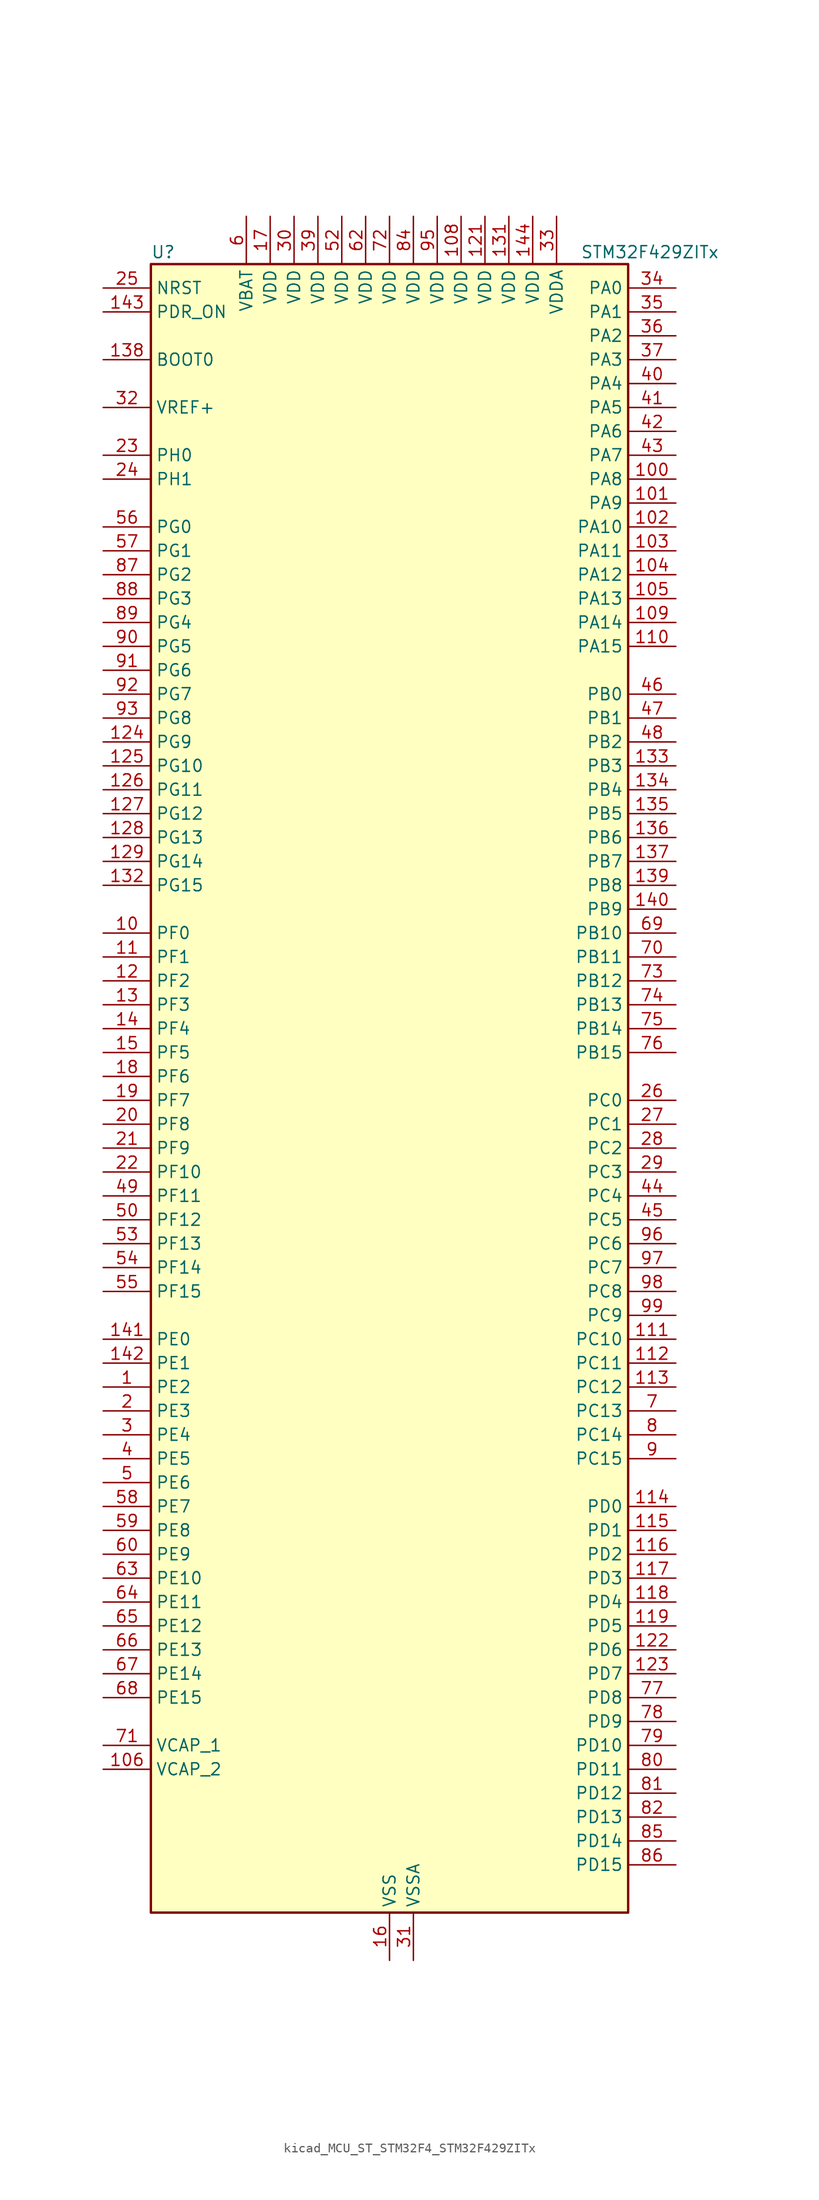
<source format=kicad_sym>
(kicad_symbol_lib
  (version 20220914)
  (generator kicad_symbol_editor)
  (symbol "kicad_MCU_ST_STM32F4_STM32F429ZITx"
    (property "Reference" "U"
      (at -25.4 90.17 0)
      (effects (font (size 1.27 1.27)) (justify left)))
    (property "Value" "STM32F429ZITx"
      (at 20.32 90.17 0)
      (effects (font (size 1.27 1.27)) (justify left)))
    (property "ki_locked" ""
      (at 0 0 0)
      (effects (font (size 1.27 1.27))))
    (symbol "kicad_MCU_ST_STM32F4_STM32F429ZITx_0_1"
      (rectangle (start -25.4 -86.36) (end 25.4 88.9) (stroke (width 0.254) (type default)) (fill (type background))))
    (symbol "kicad_MCU_ST_STM32F4_STM32F429ZITx_1_1"
      (pin bidirectional line (at -30.48 -30.48 0) (length 5.08) (name "PE2" (effects (font (size 1.27 1.27)))) (number "1" (effects (font (size 1.27 1.27)))) (alternate "ETH_TXD3" bidirectional line) (alternate "FMC_A23" bidirectional line) (alternate "SAI1_MCLK_A" bidirectional line) (alternate "SPI4_SCK" bidirectional line) (alternate "SYS_TRACECLK" bidirectional line))
      (pin bidirectional line (at -30.48 17.78 0) (length 5.08) (name "PF0" (effects (font (size 1.27 1.27)))) (number "10" (effects (font (size 1.27 1.27)))) (alternate "FMC_A0" bidirectional line) (alternate "I2C2_SDA" bidirectional line))
      (pin bidirectional line (at 30.48 66.04 180) (length 5.08) (name "PA8" (effects (font (size 1.27 1.27)))) (number "100" (effects (font (size 1.27 1.27)))) (alternate "I2C3_SCL" bidirectional line) (alternate "LTDC_R6" bidirectional line) (alternate "RCC_MCO_1" bidirectional line) (alternate "TIM1_CH1" bidirectional line) (alternate "USART1_CK" bidirectional line) (alternate "USB_OTG_FS_SOF" bidirectional line))
      (pin bidirectional line (at 30.48 63.5 180) (length 5.08) (name "PA9" (effects (font (size 1.27 1.27)))) (number "101" (effects (font (size 1.27 1.27)))) (alternate "DAC_EXTI9" bidirectional line) (alternate "DCMI_D0" bidirectional line) (alternate "I2C3_SMBA" bidirectional line) (alternate "TIM1_CH2" bidirectional line) (alternate "USART1_TX" bidirectional line) (alternate "USB_OTG_FS_VBUS" bidirectional line))
      (pin bidirectional line (at 30.48 60.96 180) (length 5.08) (name "PA10" (effects (font (size 1.27 1.27)))) (number "102" (effects (font (size 1.27 1.27)))) (alternate "DCMI_D1" bidirectional line) (alternate "TIM1_CH3" bidirectional line) (alternate "USART1_RX" bidirectional line) (alternate "USB_OTG_FS_ID" bidirectional line))
      (pin bidirectional line (at 30.48 58.42 180) (length 5.08) (name "PA11" (effects (font (size 1.27 1.27)))) (number "103" (effects (font (size 1.27 1.27)))) (alternate "ADC1_EXTI11" bidirectional line) (alternate "ADC2_EXTI11" bidirectional line) (alternate "ADC3_EXTI11" bidirectional line) (alternate "CAN1_RX" bidirectional line) (alternate "LTDC_R4" bidirectional line) (alternate "TIM1_CH4" bidirectional line) (alternate "USART1_CTS" bidirectional line) (alternate "USB_OTG_FS_DM" bidirectional line))
      (pin bidirectional line (at 30.48 55.88 180) (length 5.08) (name "PA12" (effects (font (size 1.27 1.27)))) (number "104" (effects (font (size 1.27 1.27)))) (alternate "CAN1_TX" bidirectional line) (alternate "LTDC_R5" bidirectional line) (alternate "TIM1_ETR" bidirectional line) (alternate "USART1_RTS" bidirectional line) (alternate "USB_OTG_FS_DP" bidirectional line))
      (pin bidirectional line (at 30.48 53.34 180) (length 5.08) (name "PA13" (effects (font (size 1.27 1.27)))) (number "105" (effects (font (size 1.27 1.27)))) (alternate "SYS_JTMS-SWDIO" bidirectional line))
      (pin power_out line (at -30.48 -71.12 0) (length 5.08) (name "VCAP_2" (effects (font (size 1.27 1.27)))) (number "106" (effects (font (size 1.27 1.27)))))
      (pin passive line (at 0 -91.44 90) (length 5.08) hide (name "VSS" (effects (font (size 1.27 1.27)))) (number "107" (effects (font (size 1.27 1.27)))))
      (pin power_in line (at 7.62 93.98 270) (length 5.08) (name "VDD" (effects (font (size 1.27 1.27)))) (number "108" (effects (font (size 1.27 1.27)))))
      (pin bidirectional line (at 30.48 50.8 180) (length 5.08) (name "PA14" (effects (font (size 1.27 1.27)))) (number "109" (effects (font (size 1.27 1.27)))) (alternate "SYS_JTCK-SWCLK" bidirectional line))
      (pin bidirectional line (at -30.48 15.24 0) (length 5.08) (name "PF1" (effects (font (size 1.27 1.27)))) (number "11" (effects (font (size 1.27 1.27)))) (alternate "FMC_A1" bidirectional line) (alternate "I2C2_SCL" bidirectional line))
      (pin bidirectional line (at 30.48 48.26 180) (length 5.08) (name "PA15" (effects (font (size 1.27 1.27)))) (number "110" (effects (font (size 1.27 1.27)))) (alternate "ADC1_EXTI15" bidirectional line) (alternate "ADC2_EXTI15" bidirectional line) (alternate "ADC3_EXTI15" bidirectional line) (alternate "I2S3_WS" bidirectional line) (alternate "SPI1_NSS" bidirectional line) (alternate "SPI3_NSS" bidirectional line) (alternate "SYS_JTDI" bidirectional line) (alternate "TIM2_CH1" bidirectional line) (alternate "TIM2_ETR" bidirectional line))
      (pin bidirectional line (at 30.48 -25.4 180) (length 5.08) (name "PC10" (effects (font (size 1.27 1.27)))) (number "111" (effects (font (size 1.27 1.27)))) (alternate "DCMI_D8" bidirectional line) (alternate "I2S3_CK" bidirectional line) (alternate "LTDC_R2" bidirectional line) (alternate "SDIO_D2" bidirectional line) (alternate "SPI3_SCK" bidirectional line) (alternate "UART4_TX" bidirectional line) (alternate "USART3_TX" bidirectional line))
      (pin bidirectional line (at 30.48 -27.94 180) (length 5.08) (name "PC11" (effects (font (size 1.27 1.27)))) (number "112" (effects (font (size 1.27 1.27)))) (alternate "ADC1_EXTI11" bidirectional line) (alternate "ADC2_EXTI11" bidirectional line) (alternate "ADC3_EXTI11" bidirectional line) (alternate "DCMI_D4" bidirectional line) (alternate "I2S3_ext_SD" bidirectional line) (alternate "SDIO_D3" bidirectional line) (alternate "SPI3_MISO" bidirectional line) (alternate "UART4_RX" bidirectional line) (alternate "USART3_RX" bidirectional line))
      (pin bidirectional line (at 30.48 -30.48 180) (length 5.08) (name "PC12" (effects (font (size 1.27 1.27)))) (number "113" (effects (font (size 1.27 1.27)))) (alternate "DCMI_D9" bidirectional line) (alternate "I2S3_SD" bidirectional line) (alternate "SDIO_CK" bidirectional line) (alternate "SPI3_MOSI" bidirectional line) (alternate "UART5_TX" bidirectional line) (alternate "USART3_CK" bidirectional line))
      (pin bidirectional line (at 30.48 -43.18 180) (length 5.08) (name "PD0" (effects (font (size 1.27 1.27)))) (number "114" (effects (font (size 1.27 1.27)))) (alternate "CAN1_RX" bidirectional line) (alternate "FMC_D2" bidirectional line) (alternate "FMC_DA2" bidirectional line))
      (pin bidirectional line (at 30.48 -45.72 180) (length 5.08) (name "PD1" (effects (font (size 1.27 1.27)))) (number "115" (effects (font (size 1.27 1.27)))) (alternate "CAN1_TX" bidirectional line) (alternate "FMC_D3" bidirectional line) (alternate "FMC_DA3" bidirectional line))
      (pin bidirectional line (at 30.48 -48.26 180) (length 5.08) (name "PD2" (effects (font (size 1.27 1.27)))) (number "116" (effects (font (size 1.27 1.27)))) (alternate "DCMI_D11" bidirectional line) (alternate "SDIO_CMD" bidirectional line) (alternate "TIM3_ETR" bidirectional line) (alternate "UART5_RX" bidirectional line))
      (pin bidirectional line (at 30.48 -50.8 180) (length 5.08) (name "PD3" (effects (font (size 1.27 1.27)))) (number "117" (effects (font (size 1.27 1.27)))) (alternate "DCMI_D5" bidirectional line) (alternate "FMC_CLK" bidirectional line) (alternate "I2S2_CK" bidirectional line) (alternate "LTDC_G7" bidirectional line) (alternate "SPI2_SCK" bidirectional line) (alternate "USART2_CTS" bidirectional line))
      (pin bidirectional line (at 30.48 -53.34 180) (length 5.08) (name "PD4" (effects (font (size 1.27 1.27)))) (number "118" (effects (font (size 1.27 1.27)))) (alternate "FMC_NOE" bidirectional line) (alternate "USART2_RTS" bidirectional line))
      (pin bidirectional line (at 30.48 -55.88 180) (length 5.08) (name "PD5" (effects (font (size 1.27 1.27)))) (number "119" (effects (font (size 1.27 1.27)))) (alternate "FMC_NWE" bidirectional line) (alternate "USART2_TX" bidirectional line))
      (pin bidirectional line (at -30.48 12.7 0) (length 5.08) (name "PF2" (effects (font (size 1.27 1.27)))) (number "12" (effects (font (size 1.27 1.27)))) (alternate "FMC_A2" bidirectional line) (alternate "I2C2_SMBA" bidirectional line))
      (pin passive line (at 0 -91.44 90) (length 5.08) hide (name "VSS" (effects (font (size 1.27 1.27)))) (number "120" (effects (font (size 1.27 1.27)))))
      (pin power_in line (at 10.16 93.98 270) (length 5.08) (name "VDD" (effects (font (size 1.27 1.27)))) (number "121" (effects (font (size 1.27 1.27)))))
      (pin bidirectional line (at 30.48 -58.42 180) (length 5.08) (name "PD6" (effects (font (size 1.27 1.27)))) (number "122" (effects (font (size 1.27 1.27)))) (alternate "DCMI_D10" bidirectional line) (alternate "FMC_NWAIT" bidirectional line) (alternate "I2S3_SD" bidirectional line) (alternate "LTDC_B2" bidirectional line) (alternate "SAI1_SD_A" bidirectional line) (alternate "SPI3_MOSI" bidirectional line) (alternate "USART2_RX" bidirectional line))
      (pin bidirectional line (at 30.48 -60.96 180) (length 5.08) (name "PD7" (effects (font (size 1.27 1.27)))) (number "123" (effects (font (size 1.27 1.27)))) (alternate "FMC_NCE2" bidirectional line) (alternate "FMC_NE1" bidirectional line) (alternate "USART2_CK" bidirectional line))
      (pin bidirectional line (at -30.48 38.1 0) (length 5.08) (name "PG9" (effects (font (size 1.27 1.27)))) (number "124" (effects (font (size 1.27 1.27)))) (alternate "DAC_EXTI9" bidirectional line) (alternate "DCMI_VSYNC" bidirectional line) (alternate "FMC_NCE3" bidirectional line) (alternate "FMC_NE2" bidirectional line) (alternate "USART6_RX" bidirectional line))
      (pin bidirectional line (at -30.48 35.56 0) (length 5.08) (name "PG10" (effects (font (size 1.27 1.27)))) (number "125" (effects (font (size 1.27 1.27)))) (alternate "DCMI_D2" bidirectional line) (alternate "FMC_NCE4_1" bidirectional line) (alternate "FMC_NE3" bidirectional line) (alternate "LTDC_B2" bidirectional line) (alternate "LTDC_G3" bidirectional line))
      (pin bidirectional line (at -30.48 33.02 0) (length 5.08) (name "PG11" (effects (font (size 1.27 1.27)))) (number "126" (effects (font (size 1.27 1.27)))) (alternate "ADC1_EXTI11" bidirectional line) (alternate "ADC2_EXTI11" bidirectional line) (alternate "ADC3_EXTI11" bidirectional line) (alternate "DCMI_D3" bidirectional line) (alternate "ETH_TX_EN" bidirectional line) (alternate "FMC_NCE4_2" bidirectional line) (alternate "LTDC_B3" bidirectional line))
      (pin bidirectional line (at -30.48 30.48 0) (length 5.08) (name "PG12" (effects (font (size 1.27 1.27)))) (number "127" (effects (font (size 1.27 1.27)))) (alternate "FMC_NE4" bidirectional line) (alternate "LTDC_B1" bidirectional line) (alternate "LTDC_B4" bidirectional line) (alternate "SPI6_MISO" bidirectional line) (alternate "USART6_RTS" bidirectional line))
      (pin bidirectional line (at -30.48 27.94 0) (length 5.08) (name "PG13" (effects (font (size 1.27 1.27)))) (number "128" (effects (font (size 1.27 1.27)))) (alternate "ETH_TXD0" bidirectional line) (alternate "FMC_A24" bidirectional line) (alternate "SPI6_SCK" bidirectional line) (alternate "USART6_CTS" bidirectional line))
      (pin bidirectional line (at -30.48 25.4 0) (length 5.08) (name "PG14" (effects (font (size 1.27 1.27)))) (number "129" (effects (font (size 1.27 1.27)))) (alternate "ETH_TXD1" bidirectional line) (alternate "FMC_A25" bidirectional line) (alternate "SPI6_MOSI" bidirectional line) (alternate "USART6_TX" bidirectional line))
      (pin bidirectional line (at -30.48 10.16 0) (length 5.08) (name "PF3" (effects (font (size 1.27 1.27)))) (number "13" (effects (font (size 1.27 1.27)))) (alternate "ADC3_IN9" bidirectional line) (alternate "FMC_A3" bidirectional line))
      (pin passive line (at 0 -91.44 90) (length 5.08) hide (name "VSS" (effects (font (size 1.27 1.27)))) (number "130" (effects (font (size 1.27 1.27)))))
      (pin power_in line (at 12.7 93.98 270) (length 5.08) (name "VDD" (effects (font (size 1.27 1.27)))) (number "131" (effects (font (size 1.27 1.27)))))
      (pin bidirectional line (at -30.48 22.86 0) (length 5.08) (name "PG15" (effects (font (size 1.27 1.27)))) (number "132" (effects (font (size 1.27 1.27)))) (alternate "ADC1_EXTI15" bidirectional line) (alternate "ADC2_EXTI15" bidirectional line) (alternate "ADC3_EXTI15" bidirectional line) (alternate "DCMI_D13" bidirectional line) (alternate "FMC_SDNCAS" bidirectional line) (alternate "USART6_CTS" bidirectional line))
      (pin bidirectional line (at 30.48 35.56 180) (length 5.08) (name "PB3" (effects (font (size 1.27 1.27)))) (number "133" (effects (font (size 1.27 1.27)))) (alternate "I2S3_CK" bidirectional line) (alternate "SPI1_SCK" bidirectional line) (alternate "SPI3_SCK" bidirectional line) (alternate "SYS_JTDO-SWO" bidirectional line) (alternate "TIM2_CH2" bidirectional line))
      (pin bidirectional line (at 30.48 33.02 180) (length 5.08) (name "PB4" (effects (font (size 1.27 1.27)))) (number "134" (effects (font (size 1.27 1.27)))) (alternate "I2S3_ext_SD" bidirectional line) (alternate "SPI1_MISO" bidirectional line) (alternate "SPI3_MISO" bidirectional line) (alternate "SYS_JTRST" bidirectional line) (alternate "TIM3_CH1" bidirectional line))
      (pin bidirectional line (at 30.48 30.48 180) (length 5.08) (name "PB5" (effects (font (size 1.27 1.27)))) (number "135" (effects (font (size 1.27 1.27)))) (alternate "CAN2_RX" bidirectional line) (alternate "DCMI_D10" bidirectional line) (alternate "ETH_PPS_OUT" bidirectional line) (alternate "FMC_SDCKE1" bidirectional line) (alternate "I2C1_SMBA" bidirectional line) (alternate "I2S3_SD" bidirectional line) (alternate "SPI1_MOSI" bidirectional line) (alternate "SPI3_MOSI" bidirectional line) (alternate "TIM3_CH2" bidirectional line) (alternate "USB_OTG_HS_ULPI_D7" bidirectional line))
      (pin bidirectional line (at 30.48 27.94 180) (length 5.08) (name "PB6" (effects (font (size 1.27 1.27)))) (number "136" (effects (font (size 1.27 1.27)))) (alternate "CAN2_TX" bidirectional line) (alternate "DCMI_D5" bidirectional line) (alternate "FMC_SDNE1" bidirectional line) (alternate "I2C1_SCL" bidirectional line) (alternate "TIM4_CH1" bidirectional line) (alternate "USART1_TX" bidirectional line))
      (pin bidirectional line (at 30.48 25.4 180) (length 5.08) (name "PB7" (effects (font (size 1.27 1.27)))) (number "137" (effects (font (size 1.27 1.27)))) (alternate "DCMI_VSYNC" bidirectional line) (alternate "FMC_NL" bidirectional line) (alternate "I2C1_SDA" bidirectional line) (alternate "TIM4_CH2" bidirectional line) (alternate "USART1_RX" bidirectional line))
      (pin input line (at -30.48 78.74 0) (length 5.08) (name "BOOT0" (effects (font (size 1.27 1.27)))) (number "138" (effects (font (size 1.27 1.27)))))
      (pin bidirectional line (at 30.48 22.86 180) (length 5.08) (name "PB8" (effects (font (size 1.27 1.27)))) (number "139" (effects (font (size 1.27 1.27)))) (alternate "CAN1_RX" bidirectional line) (alternate "DCMI_D6" bidirectional line) (alternate "ETH_TXD3" bidirectional line) (alternate "I2C1_SCL" bidirectional line) (alternate "LTDC_B6" bidirectional line) (alternate "SDIO_D4" bidirectional line) (alternate "TIM10_CH1" bidirectional line) (alternate "TIM4_CH3" bidirectional line))
      (pin bidirectional line (at -30.48 7.62 0) (length 5.08) (name "PF4" (effects (font (size 1.27 1.27)))) (number "14" (effects (font (size 1.27 1.27)))) (alternate "ADC3_IN14" bidirectional line) (alternate "FMC_A4" bidirectional line))
      (pin bidirectional line (at 30.48 20.32 180) (length 5.08) (name "PB9" (effects (font (size 1.27 1.27)))) (number "140" (effects (font (size 1.27 1.27)))) (alternate "CAN1_TX" bidirectional line) (alternate "DAC_EXTI9" bidirectional line) (alternate "DCMI_D7" bidirectional line) (alternate "I2C1_SDA" bidirectional line) (alternate "I2S2_WS" bidirectional line) (alternate "LTDC_B7" bidirectional line) (alternate "SDIO_D5" bidirectional line) (alternate "SPI2_NSS" bidirectional line) (alternate "TIM11_CH1" bidirectional line) (alternate "TIM4_CH4" bidirectional line))
      (pin bidirectional line (at -30.48 -25.4 0) (length 5.08) (name "PE0" (effects (font (size 1.27 1.27)))) (number "141" (effects (font (size 1.27 1.27)))) (alternate "DCMI_D2" bidirectional line) (alternate "FMC_NBL0" bidirectional line) (alternate "TIM4_ETR" bidirectional line) (alternate "UART8_RX" bidirectional line))
      (pin bidirectional line (at -30.48 -27.94 0) (length 5.08) (name "PE1" (effects (font (size 1.27 1.27)))) (number "142" (effects (font (size 1.27 1.27)))) (alternate "DCMI_D3" bidirectional line) (alternate "FMC_NBL1" bidirectional line) (alternate "UART8_TX" bidirectional line))
      (pin input line (at -30.48 83.82 0) (length 5.08) (name "PDR_ON" (effects (font (size 1.27 1.27)))) (number "143" (effects (font (size 1.27 1.27)))))
      (pin power_in line (at 15.24 93.98 270) (length 5.08) (name "VDD" (effects (font (size 1.27 1.27)))) (number "144" (effects (font (size 1.27 1.27)))))
      (pin bidirectional line (at -30.48 5.08 0) (length 5.08) (name "PF5" (effects (font (size 1.27 1.27)))) (number "15" (effects (font (size 1.27 1.27)))) (alternate "ADC3_IN15" bidirectional line) (alternate "FMC_A5" bidirectional line))
      (pin power_in line (at 0 -91.44 90) (length 5.08) (name "VSS" (effects (font (size 1.27 1.27)))) (number "16" (effects (font (size 1.27 1.27)))))
      (pin power_in line (at -12.7 93.98 270) (length 5.08) (name "VDD" (effects (font (size 1.27 1.27)))) (number "17" (effects (font (size 1.27 1.27)))))
      (pin bidirectional line (at -30.48 2.54 0) (length 5.08) (name "PF6" (effects (font (size 1.27 1.27)))) (number "18" (effects (font (size 1.27 1.27)))) (alternate "ADC3_IN4" bidirectional line) (alternate "FMC_NIORD" bidirectional line) (alternate "SAI1_SD_B" bidirectional line) (alternate "SPI5_NSS" bidirectional line) (alternate "TIM10_CH1" bidirectional line) (alternate "UART7_RX" bidirectional line))
      (pin bidirectional line (at -30.48 0 0) (length 5.08) (name "PF7" (effects (font (size 1.27 1.27)))) (number "19" (effects (font (size 1.27 1.27)))) (alternate "ADC3_IN5" bidirectional line) (alternate "FMC_NREG" bidirectional line) (alternate "SAI1_MCLK_B" bidirectional line) (alternate "SPI5_SCK" bidirectional line) (alternate "TIM11_CH1" bidirectional line) (alternate "UART7_TX" bidirectional line))
      (pin bidirectional line (at -30.48 -33.02 0) (length 5.08) (name "PE3" (effects (font (size 1.27 1.27)))) (number "2" (effects (font (size 1.27 1.27)))) (alternate "FMC_A19" bidirectional line) (alternate "SAI1_SD_B" bidirectional line) (alternate "SYS_TRACED0" bidirectional line))
      (pin bidirectional line (at -30.48 -2.54 0) (length 5.08) (name "PF8" (effects (font (size 1.27 1.27)))) (number "20" (effects (font (size 1.27 1.27)))) (alternate "ADC3_IN6" bidirectional line) (alternate "FMC_NIOWR" bidirectional line) (alternate "SAI1_SCK_B" bidirectional line) (alternate "SPI5_MISO" bidirectional line) (alternate "TIM13_CH1" bidirectional line))
      (pin bidirectional line (at -30.48 -5.08 0) (length 5.08) (name "PF9" (effects (font (size 1.27 1.27)))) (number "21" (effects (font (size 1.27 1.27)))) (alternate "ADC3_IN7" bidirectional line) (alternate "DAC_EXTI9" bidirectional line) (alternate "FMC_CD" bidirectional line) (alternate "SAI1_FS_B" bidirectional line) (alternate "SPI5_MOSI" bidirectional line) (alternate "TIM14_CH1" bidirectional line))
      (pin bidirectional line (at -30.48 -7.62 0) (length 5.08) (name "PF10" (effects (font (size 1.27 1.27)))) (number "22" (effects (font (size 1.27 1.27)))) (alternate "ADC3_IN8" bidirectional line) (alternate "DCMI_D11" bidirectional line) (alternate "FMC_INTR" bidirectional line) (alternate "LTDC_DE" bidirectional line))
      (pin bidirectional line (at -30.48 68.58 0) (length 5.08) (name "PH0" (effects (font (size 1.27 1.27)))) (number "23" (effects (font (size 1.27 1.27)))) (alternate "RCC_OSC_IN" bidirectional line))
      (pin bidirectional line (at -30.48 66.04 0) (length 5.08) (name "PH1" (effects (font (size 1.27 1.27)))) (number "24" (effects (font (size 1.27 1.27)))) (alternate "RCC_OSC_OUT" bidirectional line))
      (pin input line (at -30.48 86.36 0) (length 5.08) (name "NRST" (effects (font (size 1.27 1.27)))) (number "25" (effects (font (size 1.27 1.27)))))
      (pin bidirectional line (at 30.48 0 180) (length 5.08) (name "PC0" (effects (font (size 1.27 1.27)))) (number "26" (effects (font (size 1.27 1.27)))) (alternate "ADC1_IN10" bidirectional line) (alternate "ADC2_IN10" bidirectional line) (alternate "ADC3_IN10" bidirectional line) (alternate "FMC_SDNWE" bidirectional line) (alternate "USB_OTG_HS_ULPI_STP" bidirectional line))
      (pin bidirectional line (at 30.48 -2.54 180) (length 5.08) (name "PC1" (effects (font (size 1.27 1.27)))) (number "27" (effects (font (size 1.27 1.27)))) (alternate "ADC1_IN11" bidirectional line) (alternate "ADC2_IN11" bidirectional line) (alternate "ADC3_IN11" bidirectional line) (alternate "ETH_MDC" bidirectional line))
      (pin bidirectional line (at 30.48 -5.08 180) (length 5.08) (name "PC2" (effects (font (size 1.27 1.27)))) (number "28" (effects (font (size 1.27 1.27)))) (alternate "ADC1_IN12" bidirectional line) (alternate "ADC2_IN12" bidirectional line) (alternate "ADC3_IN12" bidirectional line) (alternate "ETH_TXD2" bidirectional line) (alternate "FMC_SDNE0" bidirectional line) (alternate "I2S2_ext_SD" bidirectional line) (alternate "SPI2_MISO" bidirectional line) (alternate "USB_OTG_HS_ULPI_DIR" bidirectional line))
      (pin bidirectional line (at 30.48 -7.62 180) (length 5.08) (name "PC3" (effects (font (size 1.27 1.27)))) (number "29" (effects (font (size 1.27 1.27)))) (alternate "ADC1_IN13" bidirectional line) (alternate "ADC2_IN13" bidirectional line) (alternate "ADC3_IN13" bidirectional line) (alternate "ETH_TX_CLK" bidirectional line) (alternate "FMC_SDCKE0" bidirectional line) (alternate "I2S2_SD" bidirectional line) (alternate "SPI2_MOSI" bidirectional line) (alternate "USB_OTG_HS_ULPI_NXT" bidirectional line))
      (pin bidirectional line (at -30.48 -35.56 0) (length 5.08) (name "PE4" (effects (font (size 1.27 1.27)))) (number "3" (effects (font (size 1.27 1.27)))) (alternate "DCMI_D4" bidirectional line) (alternate "FMC_A20" bidirectional line) (alternate "LTDC_B0" bidirectional line) (alternate "SAI1_FS_A" bidirectional line) (alternate "SPI4_NSS" bidirectional line) (alternate "SYS_TRACED1" bidirectional line))
      (pin power_in line (at -10.16 93.98 270) (length 5.08) (name "VDD" (effects (font (size 1.27 1.27)))) (number "30" (effects (font (size 1.27 1.27)))))
      (pin power_in line (at 2.54 -91.44 90) (length 5.08) (name "VSSA" (effects (font (size 1.27 1.27)))) (number "31" (effects (font (size 1.27 1.27)))))
      (pin input line (at -30.48 73.66 0) (length 5.08) (name "VREF+" (effects (font (size 1.27 1.27)))) (number "32" (effects (font (size 1.27 1.27)))))
      (pin power_in line (at 17.78 93.98 270) (length 5.08) (name "VDDA" (effects (font (size 1.27 1.27)))) (number "33" (effects (font (size 1.27 1.27)))))
      (pin bidirectional line (at 30.48 86.36 180) (length 5.08) (name "PA0" (effects (font (size 1.27 1.27)))) (number "34" (effects (font (size 1.27 1.27)))) (alternate "ADC1_IN0" bidirectional line) (alternate "ADC2_IN0" bidirectional line) (alternate "ADC3_IN0" bidirectional line) (alternate "ETH_CRS" bidirectional line) (alternate "SYS_WKUP" bidirectional line) (alternate "TIM2_CH1" bidirectional line) (alternate "TIM2_ETR" bidirectional line) (alternate "TIM5_CH1" bidirectional line) (alternate "TIM8_ETR" bidirectional line) (alternate "UART4_TX" bidirectional line) (alternate "USART2_CTS" bidirectional line))
      (pin bidirectional line (at 30.48 83.82 180) (length 5.08) (name "PA1" (effects (font (size 1.27 1.27)))) (number "35" (effects (font (size 1.27 1.27)))) (alternate "ADC1_IN1" bidirectional line) (alternate "ADC2_IN1" bidirectional line) (alternate "ADC3_IN1" bidirectional line) (alternate "ETH_REF_CLK" bidirectional line) (alternate "ETH_RX_CLK" bidirectional line) (alternate "TIM2_CH2" bidirectional line) (alternate "TIM5_CH2" bidirectional line) (alternate "UART4_RX" bidirectional line) (alternate "USART2_RTS" bidirectional line))
      (pin bidirectional line (at 30.48 81.28 180) (length 5.08) (name "PA2" (effects (font (size 1.27 1.27)))) (number "36" (effects (font (size 1.27 1.27)))) (alternate "ADC1_IN2" bidirectional line) (alternate "ADC2_IN2" bidirectional line) (alternate "ADC3_IN2" bidirectional line) (alternate "ETH_MDIO" bidirectional line) (alternate "TIM2_CH3" bidirectional line) (alternate "TIM5_CH3" bidirectional line) (alternate "TIM9_CH1" bidirectional line) (alternate "USART2_TX" bidirectional line))
      (pin bidirectional line (at 30.48 78.74 180) (length 5.08) (name "PA3" (effects (font (size 1.27 1.27)))) (number "37" (effects (font (size 1.27 1.27)))) (alternate "ADC1_IN3" bidirectional line) (alternate "ADC2_IN3" bidirectional line) (alternate "ADC3_IN3" bidirectional line) (alternate "ETH_COL" bidirectional line) (alternate "LTDC_B5" bidirectional line) (alternate "TIM2_CH4" bidirectional line) (alternate "TIM5_CH4" bidirectional line) (alternate "TIM9_CH2" bidirectional line) (alternate "USART2_RX" bidirectional line) (alternate "USB_OTG_HS_ULPI_D0" bidirectional line))
      (pin passive line (at 0 -91.44 90) (length 5.08) hide (name "VSS" (effects (font (size 1.27 1.27)))) (number "38" (effects (font (size 1.27 1.27)))))
      (pin power_in line (at -7.62 93.98 270) (length 5.08) (name "VDD" (effects (font (size 1.27 1.27)))) (number "39" (effects (font (size 1.27 1.27)))))
      (pin bidirectional line (at -30.48 -38.1 0) (length 5.08) (name "PE5" (effects (font (size 1.27 1.27)))) (number "4" (effects (font (size 1.27 1.27)))) (alternate "DCMI_D6" bidirectional line) (alternate "FMC_A21" bidirectional line) (alternate "LTDC_G0" bidirectional line) (alternate "SAI1_SCK_A" bidirectional line) (alternate "SPI4_MISO" bidirectional line) (alternate "SYS_TRACED2" bidirectional line) (alternate "TIM9_CH1" bidirectional line))
      (pin bidirectional line (at 30.48 76.2 180) (length 5.08) (name "PA4" (effects (font (size 1.27 1.27)))) (number "40" (effects (font (size 1.27 1.27)))) (alternate "ADC1_IN4" bidirectional line) (alternate "ADC2_IN4" bidirectional line) (alternate "DAC_OUT1" bidirectional line) (alternate "DCMI_HSYNC" bidirectional line) (alternate "I2S3_WS" bidirectional line) (alternate "LTDC_VSYNC" bidirectional line) (alternate "SPI1_NSS" bidirectional line) (alternate "SPI3_NSS" bidirectional line) (alternate "USART2_CK" bidirectional line) (alternate "USB_OTG_HS_SOF" bidirectional line))
      (pin bidirectional line (at 30.48 73.66 180) (length 5.08) (name "PA5" (effects (font (size 1.27 1.27)))) (number "41" (effects (font (size 1.27 1.27)))) (alternate "ADC1_IN5" bidirectional line) (alternate "ADC2_IN5" bidirectional line) (alternate "DAC_OUT2" bidirectional line) (alternate "SPI1_SCK" bidirectional line) (alternate "TIM2_CH1" bidirectional line) (alternate "TIM2_ETR" bidirectional line) (alternate "TIM8_CH1N" bidirectional line) (alternate "USB_OTG_HS_ULPI_CK" bidirectional line))
      (pin bidirectional line (at 30.48 71.12 180) (length 5.08) (name "PA6" (effects (font (size 1.27 1.27)))) (number "42" (effects (font (size 1.27 1.27)))) (alternate "ADC1_IN6" bidirectional line) (alternate "ADC2_IN6" bidirectional line) (alternate "DCMI_PIXCLK" bidirectional line) (alternate "LTDC_G2" bidirectional line) (alternate "SPI1_MISO" bidirectional line) (alternate "TIM13_CH1" bidirectional line) (alternate "TIM1_BKIN" bidirectional line) (alternate "TIM3_CH1" bidirectional line) (alternate "TIM8_BKIN" bidirectional line))
      (pin bidirectional line (at 30.48 68.58 180) (length 5.08) (name "PA7" (effects (font (size 1.27 1.27)))) (number "43" (effects (font (size 1.27 1.27)))) (alternate "ADC1_IN7" bidirectional line) (alternate "ADC2_IN7" bidirectional line) (alternate "ETH_CRS_DV" bidirectional line) (alternate "ETH_RX_DV" bidirectional line) (alternate "SPI1_MOSI" bidirectional line) (alternate "TIM14_CH1" bidirectional line) (alternate "TIM1_CH1N" bidirectional line) (alternate "TIM3_CH2" bidirectional line) (alternate "TIM8_CH1N" bidirectional line))
      (pin bidirectional line (at 30.48 -10.16 180) (length 5.08) (name "PC4" (effects (font (size 1.27 1.27)))) (number "44" (effects (font (size 1.27 1.27)))) (alternate "ADC1_IN14" bidirectional line) (alternate "ADC2_IN14" bidirectional line) (alternate "ETH_RXD0" bidirectional line))
      (pin bidirectional line (at 30.48 -12.7 180) (length 5.08) (name "PC5" (effects (font (size 1.27 1.27)))) (number "45" (effects (font (size 1.27 1.27)))) (alternate "ADC1_IN15" bidirectional line) (alternate "ADC2_IN15" bidirectional line) (alternate "ETH_RXD1" bidirectional line))
      (pin bidirectional line (at 30.48 43.18 180) (length 5.08) (name "PB0" (effects (font (size 1.27 1.27)))) (number "46" (effects (font (size 1.27 1.27)))) (alternate "ADC1_IN8" bidirectional line) (alternate "ADC2_IN8" bidirectional line) (alternate "ETH_RXD2" bidirectional line) (alternate "LTDC_R3" bidirectional line) (alternate "TIM1_CH2N" bidirectional line) (alternate "TIM3_CH3" bidirectional line) (alternate "TIM8_CH2N" bidirectional line) (alternate "USB_OTG_HS_ULPI_D1" bidirectional line))
      (pin bidirectional line (at 30.48 40.64 180) (length 5.08) (name "PB1" (effects (font (size 1.27 1.27)))) (number "47" (effects (font (size 1.27 1.27)))) (alternate "ADC1_IN9" bidirectional line) (alternate "ADC2_IN9" bidirectional line) (alternate "ETH_RXD3" bidirectional line) (alternate "LTDC_R6" bidirectional line) (alternate "TIM1_CH3N" bidirectional line) (alternate "TIM3_CH4" bidirectional line) (alternate "TIM8_CH3N" bidirectional line) (alternate "USB_OTG_HS_ULPI_D2" bidirectional line))
      (pin bidirectional line (at 30.48 38.1 180) (length 5.08) (name "PB2" (effects (font (size 1.27 1.27)))) (number "48" (effects (font (size 1.27 1.27)))))
      (pin bidirectional line (at -30.48 -10.16 0) (length 5.08) (name "PF11" (effects (font (size 1.27 1.27)))) (number "49" (effects (font (size 1.27 1.27)))) (alternate "ADC1_EXTI11" bidirectional line) (alternate "ADC2_EXTI11" bidirectional line) (alternate "ADC3_EXTI11" bidirectional line) (alternate "DCMI_D12" bidirectional line) (alternate "FMC_SDNRAS" bidirectional line) (alternate "SPI5_MOSI" bidirectional line))
      (pin bidirectional line (at -30.48 -40.64 0) (length 5.08) (name "PE6" (effects (font (size 1.27 1.27)))) (number "5" (effects (font (size 1.27 1.27)))) (alternate "DCMI_D7" bidirectional line) (alternate "FMC_A22" bidirectional line) (alternate "LTDC_G1" bidirectional line) (alternate "SAI1_SD_A" bidirectional line) (alternate "SPI4_MOSI" bidirectional line) (alternate "SYS_TRACED3" bidirectional line) (alternate "TIM9_CH2" bidirectional line))
      (pin bidirectional line (at -30.48 -12.7 0) (length 5.08) (name "PF12" (effects (font (size 1.27 1.27)))) (number "50" (effects (font (size 1.27 1.27)))) (alternate "FMC_A6" bidirectional line))
      (pin passive line (at 0 -91.44 90) (length 5.08) hide (name "VSS" (effects (font (size 1.27 1.27)))) (number "51" (effects (font (size 1.27 1.27)))))
      (pin power_in line (at -5.08 93.98 270) (length 5.08) (name "VDD" (effects (font (size 1.27 1.27)))) (number "52" (effects (font (size 1.27 1.27)))))
      (pin bidirectional line (at -30.48 -15.24 0) (length 5.08) (name "PF13" (effects (font (size 1.27 1.27)))) (number "53" (effects (font (size 1.27 1.27)))) (alternate "FMC_A7" bidirectional line))
      (pin bidirectional line (at -30.48 -17.78 0) (length 5.08) (name "PF14" (effects (font (size 1.27 1.27)))) (number "54" (effects (font (size 1.27 1.27)))) (alternate "FMC_A8" bidirectional line))
      (pin bidirectional line (at -30.48 -20.32 0) (length 5.08) (name "PF15" (effects (font (size 1.27 1.27)))) (number "55" (effects (font (size 1.27 1.27)))) (alternate "ADC1_EXTI15" bidirectional line) (alternate "ADC2_EXTI15" bidirectional line) (alternate "ADC3_EXTI15" bidirectional line) (alternate "FMC_A9" bidirectional line))
      (pin bidirectional line (at -30.48 60.96 0) (length 5.08) (name "PG0" (effects (font (size 1.27 1.27)))) (number "56" (effects (font (size 1.27 1.27)))) (alternate "FMC_A10" bidirectional line))
      (pin bidirectional line (at -30.48 58.42 0) (length 5.08) (name "PG1" (effects (font (size 1.27 1.27)))) (number "57" (effects (font (size 1.27 1.27)))) (alternate "FMC_A11" bidirectional line))
      (pin bidirectional line (at -30.48 -43.18 0) (length 5.08) (name "PE7" (effects (font (size 1.27 1.27)))) (number "58" (effects (font (size 1.27 1.27)))) (alternate "FMC_D4" bidirectional line) (alternate "FMC_DA4" bidirectional line) (alternate "TIM1_ETR" bidirectional line) (alternate "UART7_RX" bidirectional line))
      (pin bidirectional line (at -30.48 -45.72 0) (length 5.08) (name "PE8" (effects (font (size 1.27 1.27)))) (number "59" (effects (font (size 1.27 1.27)))) (alternate "FMC_D5" bidirectional line) (alternate "FMC_DA5" bidirectional line) (alternate "TIM1_CH1N" bidirectional line) (alternate "UART7_TX" bidirectional line))
      (pin power_in line (at -15.24 93.98 270) (length 5.08) (name "VBAT" (effects (font (size 1.27 1.27)))) (number "6" (effects (font (size 1.27 1.27)))))
      (pin bidirectional line (at -30.48 -48.26 0) (length 5.08) (name "PE9" (effects (font (size 1.27 1.27)))) (number "60" (effects (font (size 1.27 1.27)))) (alternate "DAC_EXTI9" bidirectional line) (alternate "FMC_D6" bidirectional line) (alternate "FMC_DA6" bidirectional line) (alternate "TIM1_CH1" bidirectional line))
      (pin passive line (at 0 -91.44 90) (length 5.08) hide (name "VSS" (effects (font (size 1.27 1.27)))) (number "61" (effects (font (size 1.27 1.27)))))
      (pin power_in line (at -2.54 93.98 270) (length 5.08) (name "VDD" (effects (font (size 1.27 1.27)))) (number "62" (effects (font (size 1.27 1.27)))))
      (pin bidirectional line (at -30.48 -50.8 0) (length 5.08) (name "PE10" (effects (font (size 1.27 1.27)))) (number "63" (effects (font (size 1.27 1.27)))) (alternate "FMC_D7" bidirectional line) (alternate "FMC_DA7" bidirectional line) (alternate "TIM1_CH2N" bidirectional line))
      (pin bidirectional line (at -30.48 -53.34 0) (length 5.08) (name "PE11" (effects (font (size 1.27 1.27)))) (number "64" (effects (font (size 1.27 1.27)))) (alternate "ADC1_EXTI11" bidirectional line) (alternate "ADC2_EXTI11" bidirectional line) (alternate "ADC3_EXTI11" bidirectional line) (alternate "FMC_D8" bidirectional line) (alternate "FMC_DA8" bidirectional line) (alternate "LTDC_G3" bidirectional line) (alternate "SPI4_NSS" bidirectional line) (alternate "TIM1_CH2" bidirectional line))
      (pin bidirectional line (at -30.48 -55.88 0) (length 5.08) (name "PE12" (effects (font (size 1.27 1.27)))) (number "65" (effects (font (size 1.27 1.27)))) (alternate "FMC_D9" bidirectional line) (alternate "FMC_DA9" bidirectional line) (alternate "LTDC_B4" bidirectional line) (alternate "SPI4_SCK" bidirectional line) (alternate "TIM1_CH3N" bidirectional line))
      (pin bidirectional line (at -30.48 -58.42 0) (length 5.08) (name "PE13" (effects (font (size 1.27 1.27)))) (number "66" (effects (font (size 1.27 1.27)))) (alternate "FMC_D10" bidirectional line) (alternate "FMC_DA10" bidirectional line) (alternate "LTDC_DE" bidirectional line) (alternate "SPI4_MISO" bidirectional line) (alternate "TIM1_CH3" bidirectional line))
      (pin bidirectional line (at -30.48 -60.96 0) (length 5.08) (name "PE14" (effects (font (size 1.27 1.27)))) (number "67" (effects (font (size 1.27 1.27)))) (alternate "FMC_D11" bidirectional line) (alternate "FMC_DA11" bidirectional line) (alternate "LTDC_CLK" bidirectional line) (alternate "SPI4_MOSI" bidirectional line) (alternate "TIM1_CH4" bidirectional line))
      (pin bidirectional line (at -30.48 -63.5 0) (length 5.08) (name "PE15" (effects (font (size 1.27 1.27)))) (number "68" (effects (font (size 1.27 1.27)))) (alternate "ADC1_EXTI15" bidirectional line) (alternate "ADC2_EXTI15" bidirectional line) (alternate "ADC3_EXTI15" bidirectional line) (alternate "FMC_D12" bidirectional line) (alternate "FMC_DA12" bidirectional line) (alternate "LTDC_R7" bidirectional line) (alternate "TIM1_BKIN" bidirectional line))
      (pin bidirectional line (at 30.48 17.78 180) (length 5.08) (name "PB10" (effects (font (size 1.27 1.27)))) (number "69" (effects (font (size 1.27 1.27)))) (alternate "ETH_RX_ER" bidirectional line) (alternate "I2C2_SCL" bidirectional line) (alternate "I2S2_CK" bidirectional line) (alternate "LTDC_G4" bidirectional line) (alternate "SPI2_SCK" bidirectional line) (alternate "TIM2_CH3" bidirectional line) (alternate "USART3_TX" bidirectional line) (alternate "USB_OTG_HS_ULPI_D3" bidirectional line))
      (pin bidirectional line (at 30.48 -33.02 180) (length 5.08) (name "PC13" (effects (font (size 1.27 1.27)))) (number "7" (effects (font (size 1.27 1.27)))) (alternate "RTC_AF1" bidirectional line))
      (pin bidirectional line (at 30.48 15.24 180) (length 5.08) (name "PB11" (effects (font (size 1.27 1.27)))) (number "70" (effects (font (size 1.27 1.27)))) (alternate "ADC1_EXTI11" bidirectional line) (alternate "ADC2_EXTI11" bidirectional line) (alternate "ADC3_EXTI11" bidirectional line) (alternate "ETH_TX_EN" bidirectional line) (alternate "I2C2_SDA" bidirectional line) (alternate "LTDC_G5" bidirectional line) (alternate "TIM2_CH4" bidirectional line) (alternate "USART3_RX" bidirectional line) (alternate "USB_OTG_HS_ULPI_D4" bidirectional line))
      (pin power_out line (at -30.48 -68.58 0) (length 5.08) (name "VCAP_1" (effects (font (size 1.27 1.27)))) (number "71" (effects (font (size 1.27 1.27)))))
      (pin power_in line (at 0 93.98 270) (length 5.08) (name "VDD" (effects (font (size 1.27 1.27)))) (number "72" (effects (font (size 1.27 1.27)))))
      (pin bidirectional line (at 30.48 12.7 180) (length 5.08) (name "PB12" (effects (font (size 1.27 1.27)))) (number "73" (effects (font (size 1.27 1.27)))) (alternate "CAN2_RX" bidirectional line) (alternate "ETH_TXD0" bidirectional line) (alternate "I2C2_SMBA" bidirectional line) (alternate "I2S2_WS" bidirectional line) (alternate "SPI2_NSS" bidirectional line) (alternate "TIM1_BKIN" bidirectional line) (alternate "USART3_CK" bidirectional line) (alternate "USB_OTG_HS_ID" bidirectional line) (alternate "USB_OTG_HS_ULPI_D5" bidirectional line))
      (pin bidirectional line (at 30.48 10.16 180) (length 5.08) (name "PB13" (effects (font (size 1.27 1.27)))) (number "74" (effects (font (size 1.27 1.27)))) (alternate "CAN2_TX" bidirectional line) (alternate "ETH_TXD1" bidirectional line) (alternate "I2S2_CK" bidirectional line) (alternate "SPI2_SCK" bidirectional line) (alternate "TIM1_CH1N" bidirectional line) (alternate "USART3_CTS" bidirectional line) (alternate "USB_OTG_HS_ULPI_D6" bidirectional line) (alternate "USB_OTG_HS_VBUS" bidirectional line))
      (pin bidirectional line (at 30.48 7.62 180) (length 5.08) (name "PB14" (effects (font (size 1.27 1.27)))) (number "75" (effects (font (size 1.27 1.27)))) (alternate "I2S2_ext_SD" bidirectional line) (alternate "SPI2_MISO" bidirectional line) (alternate "TIM12_CH1" bidirectional line) (alternate "TIM1_CH2N" bidirectional line) (alternate "TIM8_CH2N" bidirectional line) (alternate "USART3_RTS" bidirectional line) (alternate "USB_OTG_HS_DM" bidirectional line))
      (pin bidirectional line (at 30.48 5.08 180) (length 5.08) (name "PB15" (effects (font (size 1.27 1.27)))) (number "76" (effects (font (size 1.27 1.27)))) (alternate "ADC1_EXTI15" bidirectional line) (alternate "ADC2_EXTI15" bidirectional line) (alternate "ADC3_EXTI15" bidirectional line) (alternate "I2S2_SD" bidirectional line) (alternate "RTC_REFIN" bidirectional line) (alternate "SPI2_MOSI" bidirectional line) (alternate "TIM12_CH2" bidirectional line) (alternate "TIM1_CH3N" bidirectional line) (alternate "TIM8_CH3N" bidirectional line) (alternate "USB_OTG_HS_DP" bidirectional line))
      (pin bidirectional line (at 30.48 -63.5 180) (length 5.08) (name "PD8" (effects (font (size 1.27 1.27)))) (number "77" (effects (font (size 1.27 1.27)))) (alternate "FMC_D13" bidirectional line) (alternate "FMC_DA13" bidirectional line) (alternate "USART3_TX" bidirectional line))
      (pin bidirectional line (at 30.48 -66.04 180) (length 5.08) (name "PD9" (effects (font (size 1.27 1.27)))) (number "78" (effects (font (size 1.27 1.27)))) (alternate "DAC_EXTI9" bidirectional line) (alternate "FMC_D14" bidirectional line) (alternate "FMC_DA14" bidirectional line) (alternate "USART3_RX" bidirectional line))
      (pin bidirectional line (at 30.48 -68.58 180) (length 5.08) (name "PD10" (effects (font (size 1.27 1.27)))) (number "79" (effects (font (size 1.27 1.27)))) (alternate "FMC_D15" bidirectional line) (alternate "FMC_DA15" bidirectional line) (alternate "LTDC_B3" bidirectional line) (alternate "USART3_CK" bidirectional line))
      (pin bidirectional line (at 30.48 -35.56 180) (length 5.08) (name "PC14" (effects (font (size 1.27 1.27)))) (number "8" (effects (font (size 1.27 1.27)))) (alternate "RCC_OSC32_IN" bidirectional line))
      (pin bidirectional line (at 30.48 -71.12 180) (length 5.08) (name "PD11" (effects (font (size 1.27 1.27)))) (number "80" (effects (font (size 1.27 1.27)))) (alternate "ADC1_EXTI11" bidirectional line) (alternate "ADC2_EXTI11" bidirectional line) (alternate "ADC3_EXTI11" bidirectional line) (alternate "FMC_A16" bidirectional line) (alternate "FMC_CLE" bidirectional line) (alternate "USART3_CTS" bidirectional line))
      (pin bidirectional line (at 30.48 -73.66 180) (length 5.08) (name "PD12" (effects (font (size 1.27 1.27)))) (number "81" (effects (font (size 1.27 1.27)))) (alternate "FMC_A17" bidirectional line) (alternate "FMC_ALE" bidirectional line) (alternate "TIM4_CH1" bidirectional line) (alternate "USART3_RTS" bidirectional line))
      (pin bidirectional line (at 30.48 -76.2 180) (length 5.08) (name "PD13" (effects (font (size 1.27 1.27)))) (number "82" (effects (font (size 1.27 1.27)))) (alternate "FMC_A18" bidirectional line) (alternate "TIM4_CH2" bidirectional line))
      (pin passive line (at 0 -91.44 90) (length 5.08) hide (name "VSS" (effects (font (size 1.27 1.27)))) (number "83" (effects (font (size 1.27 1.27)))))
      (pin power_in line (at 2.54 93.98 270) (length 5.08) (name "VDD" (effects (font (size 1.27 1.27)))) (number "84" (effects (font (size 1.27 1.27)))))
      (pin bidirectional line (at 30.48 -78.74 180) (length 5.08) (name "PD14" (effects (font (size 1.27 1.27)))) (number "85" (effects (font (size 1.27 1.27)))) (alternate "FMC_D0" bidirectional line) (alternate "FMC_DA0" bidirectional line) (alternate "TIM4_CH3" bidirectional line))
      (pin bidirectional line (at 30.48 -81.28 180) (length 5.08) (name "PD15" (effects (font (size 1.27 1.27)))) (number "86" (effects (font (size 1.27 1.27)))) (alternate "ADC1_EXTI15" bidirectional line) (alternate "ADC2_EXTI15" bidirectional line) (alternate "ADC3_EXTI15" bidirectional line) (alternate "FMC_D1" bidirectional line) (alternate "FMC_DA1" bidirectional line) (alternate "TIM4_CH4" bidirectional line))
      (pin bidirectional line (at -30.48 55.88 0) (length 5.08) (name "PG2" (effects (font (size 1.27 1.27)))) (number "87" (effects (font (size 1.27 1.27)))) (alternate "FMC_A12" bidirectional line))
      (pin bidirectional line (at -30.48 53.34 0) (length 5.08) (name "PG3" (effects (font (size 1.27 1.27)))) (number "88" (effects (font (size 1.27 1.27)))) (alternate "FMC_A13" bidirectional line))
      (pin bidirectional line (at -30.48 50.8 0) (length 5.08) (name "PG4" (effects (font (size 1.27 1.27)))) (number "89" (effects (font (size 1.27 1.27)))) (alternate "FMC_A14" bidirectional line) (alternate "FMC_BA0" bidirectional line))
      (pin bidirectional line (at 30.48 -38.1 180) (length 5.08) (name "PC15" (effects (font (size 1.27 1.27)))) (number "9" (effects (font (size 1.27 1.27)))) (alternate "ADC1_EXTI15" bidirectional line) (alternate "ADC2_EXTI15" bidirectional line) (alternate "ADC3_EXTI15" bidirectional line) (alternate "RCC_OSC32_OUT" bidirectional line))
      (pin bidirectional line (at -30.48 48.26 0) (length 5.08) (name "PG5" (effects (font (size 1.27 1.27)))) (number "90" (effects (font (size 1.27 1.27)))) (alternate "FMC_A15" bidirectional line) (alternate "FMC_BA1" bidirectional line))
      (pin bidirectional line (at -30.48 45.72 0) (length 5.08) (name "PG6" (effects (font (size 1.27 1.27)))) (number "91" (effects (font (size 1.27 1.27)))) (alternate "DCMI_D12" bidirectional line) (alternate "FMC_INT2" bidirectional line) (alternate "LTDC_R7" bidirectional line))
      (pin bidirectional line (at -30.48 43.18 0) (length 5.08) (name "PG7" (effects (font (size 1.27 1.27)))) (number "92" (effects (font (size 1.27 1.27)))) (alternate "DCMI_D13" bidirectional line) (alternate "FMC_INT3" bidirectional line) (alternate "LTDC_CLK" bidirectional line) (alternate "USART6_CK" bidirectional line))
      (pin bidirectional line (at -30.48 40.64 0) (length 5.08) (name "PG8" (effects (font (size 1.27 1.27)))) (number "93" (effects (font (size 1.27 1.27)))) (alternate "ETH_PPS_OUT" bidirectional line) (alternate "FMC_SDCLK" bidirectional line) (alternate "SPI6_NSS" bidirectional line) (alternate "USART6_RTS" bidirectional line))
      (pin passive line (at 0 -91.44 90) (length 5.08) hide (name "VSS" (effects (font (size 1.27 1.27)))) (number "94" (effects (font (size 1.27 1.27)))))
      (pin power_in line (at 5.08 93.98 270) (length 5.08) (name "VDD" (effects (font (size 1.27 1.27)))) (number "95" (effects (font (size 1.27 1.27)))))
      (pin bidirectional line (at 30.48 -15.24 180) (length 5.08) (name "PC6" (effects (font (size 1.27 1.27)))) (number "96" (effects (font (size 1.27 1.27)))) (alternate "DCMI_D0" bidirectional line) (alternate "I2S2_MCK" bidirectional line) (alternate "LTDC_HSYNC" bidirectional line) (alternate "SDIO_D6" bidirectional line) (alternate "TIM3_CH1" bidirectional line) (alternate "TIM8_CH1" bidirectional line) (alternate "USART6_TX" bidirectional line))
      (pin bidirectional line (at 30.48 -17.78 180) (length 5.08) (name "PC7" (effects (font (size 1.27 1.27)))) (number "97" (effects (font (size 1.27 1.27)))) (alternate "DCMI_D1" bidirectional line) (alternate "I2S3_MCK" bidirectional line) (alternate "LTDC_G6" bidirectional line) (alternate "SDIO_D7" bidirectional line) (alternate "TIM3_CH2" bidirectional line) (alternate "TIM8_CH2" bidirectional line) (alternate "USART6_RX" bidirectional line))
      (pin bidirectional line (at 30.48 -20.32 180) (length 5.08) (name "PC8" (effects (font (size 1.27 1.27)))) (number "98" (effects (font (size 1.27 1.27)))) (alternate "DCMI_D2" bidirectional line) (alternate "SDIO_D0" bidirectional line) (alternate "TIM3_CH3" bidirectional line) (alternate "TIM8_CH3" bidirectional line) (alternate "USART6_CK" bidirectional line))
      (pin bidirectional line (at 30.48 -22.86 180) (length 5.08) (name "PC9" (effects (font (size 1.27 1.27)))) (number "99" (effects (font (size 1.27 1.27)))) (alternate "DAC_EXTI9" bidirectional line) (alternate "DCMI_D3" bidirectional line) (alternate "I2C3_SDA" bidirectional line) (alternate "I2S_CKIN" bidirectional line) (alternate "RCC_MCO_2" bidirectional line) (alternate "SDIO_D1" bidirectional line) (alternate "TIM3_CH4" bidirectional line) (alternate "TIM8_CH4" bidirectional line)))))
</source>
